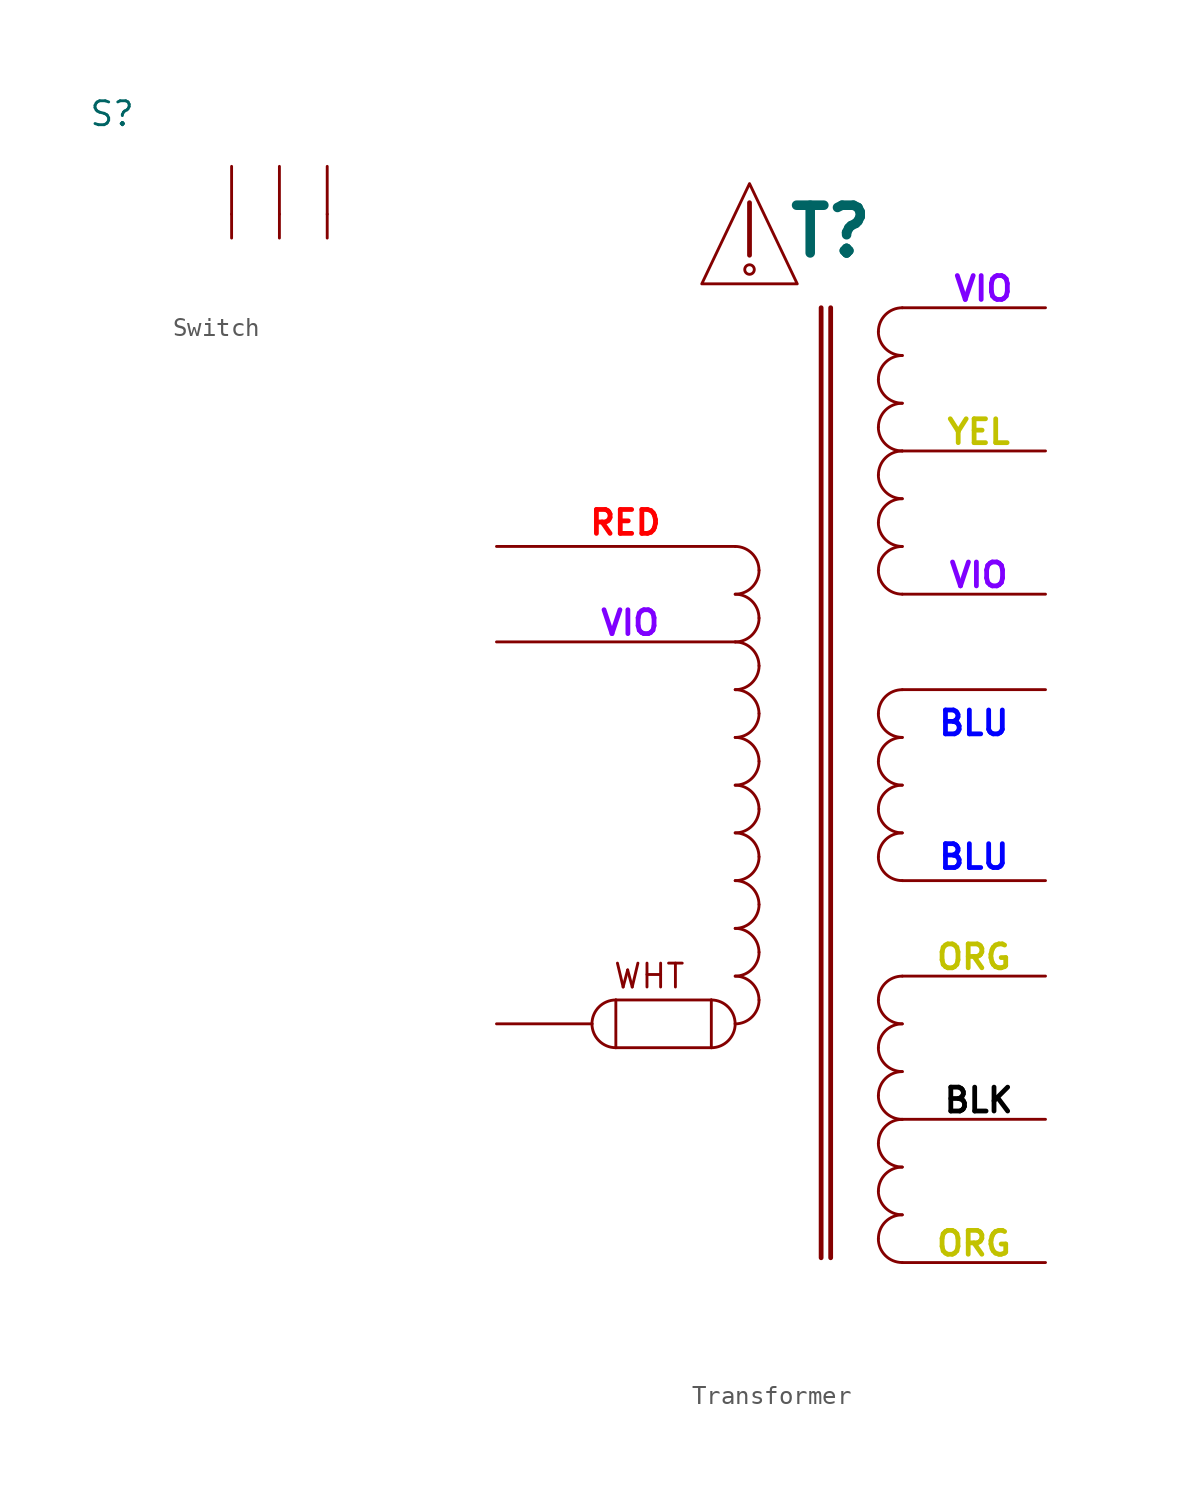
<source format=kicad_sym>
(kicad_symbol_lib
  (version 20241209)
  (generator "kicad_symbol_editor")
  (generator_version "9.0")
  (symbol "Switch"
    (property "Reference" "S"
      (at -8.89 9.144 0)
      (effects (font (size 1.27 1.27))))
    (property "Value" ""
      (at 0 0 0)
      (effects (font (size 1.27 1.27))))
    (symbol "Switch_1_1"
      (pin input line (at -2.54 6.35 270) (length 2.54) (name "" (effects (font (size 1.27 1.27)))) (number "" (effects (font (size 1.27 1.27)))))
      (pin passive line (at -2.54 2.54 90) (length 1.27) (name "" (effects (font (size 1.27 1.27)))) (number "" (effects (font (size 1.27 1.27)))))
      (pin input line (at 0 6.35 270) (length 2.54) (name "" (effects (font (size 1.27 1.27)))) (number "" (effects (font (size 1.27 1.27)))))
      (pin passive line (at 0 2.54 90) (length 1.27) (name "" (effects (font (size 1.27 1.27)))) (number "" (effects (font (size 1.27 1.27)))))
      (pin input line (at 2.54 6.35 270) (length 2.54) (name "" (effects (font (size 1.27 1.27)))) (number "" (effects (font (size 1.27 1.27)))))
      (pin passive line (at 2.54 2.54 90) (length 1.27) (name "" (effects (font (size 1.27 1.27)))) (number "" (effects (font (size 1.27 1.27)))))))
  (symbol "Transformer"
    (property "Reference" "T"
      (at 1.27 29.464 0)
      (effects (font (size 2.54 2.54) (thickness 0.508) (bold yes))))
    (property "Value" ""
      (at 0 0 0)
      (effects (font (size 1.27 1.27))))
    (symbol "Transformer_0_1"
      (polyline (pts (xy -10.16 -11.43) (xy -10.16 -13.97)) (stroke (width 0) (type default)) (fill (type none)))
      (polyline (pts (xy -10.16 -11.43) (xy -5.08 -11.43)) (stroke (width 0) (type default)) (fill (type none)))
      (arc (start -10.1601 -13.9699) (mid -11.0581 -13.5979) (end -11.4301 -12.6999) (stroke (width 0) (type default)) (fill (type none)))
      (arc (start -11.4301 -12.6999) (mid -11.0581 -11.8019) (end -10.1601 -11.4299) (stroke (width 0) (type default)) (fill (type none)))
      (arc (start -3.81 -12.7) (mid -4.182 -13.598) (end -5.08 -13.97) (stroke (width 0) (type default)) (fill (type none)))
      (arc (start -5.08 -11.43) (mid -4.182 -11.802) (end -3.81 -12.7) (stroke (width 0) (type default)) (fill (type none)))
      (polyline (pts (xy -5.08 -11.43) (xy -5.08 -13.97)) (stroke (width 0) (type default)) (fill (type none)))
      (polyline (pts (xy -5.08 -13.97) (xy -10.16 -13.97)) (stroke (width 0) (type default)) (fill (type none)))
      (arc (start -2.54 11.43) (mid -2.912 10.532) (end -3.81 10.16) (stroke (width 0) (type default)) (fill (type none)))
      (arc (start -3.81 12.7) (mid -2.912 12.328) (end -2.54 11.43) (stroke (width 0) (type default)) (fill (type none)))
      (arc (start -2.54 8.89) (mid -2.912 7.992) (end -3.81 7.62) (stroke (width 0) (type default)) (fill (type none)))
      (arc (start -3.81 10.16) (mid -2.912 9.788) (end -2.54 8.89) (stroke (width 0) (type default)) (fill (type none)))
      (arc (start -2.54 6.35) (mid -2.912 5.452) (end -3.81 5.08) (stroke (width 0) (type default)) (fill (type none)))
      (arc (start -3.81 7.62) (mid -2.912 7.248) (end -2.54 6.35) (stroke (width 0) (type default)) (fill (type none)))
      (arc (start -2.54 3.81) (mid -2.912 2.912) (end -3.81 2.54) (stroke (width 0) (type default)) (fill (type none)))
      (arc (start -3.81 5.08) (mid -2.912 4.708) (end -2.54 3.81) (stroke (width 0) (type default)) (fill (type none)))
      (arc (start -2.54 1.27) (mid -2.912 0.372) (end -3.81 0) (stroke (width 0) (type default)) (fill (type none)))
      (arc (start -3.81 2.54) (mid -2.912 2.168) (end -2.54 1.27) (stroke (width 0) (type default)) (fill (type none)))
      (arc (start -2.5399 -1.2701) (mid -2.9119 -2.1681) (end -3.8099 -2.5401) (stroke (width 0) (type default)) (fill (type none)))
      (arc (start -3.8099 -0.0001) (mid -2.9119 -0.3721) (end -2.5399 -1.2701) (stroke (width 0) (type default)) (fill (type none)))
      (arc (start -2.5399 -3.8101) (mid -2.9119 -4.7081) (end -3.8099 -5.0801) (stroke (width 0) (type default)) (fill (type none)))
      (arc (start -3.8099 -2.5401) (mid -2.9119 -2.9121) (end -2.5399 -3.8101) (stroke (width 0) (type default)) (fill (type none)))
      (arc (start -2.5399 -6.3501) (mid -2.9119 -7.2481) (end -3.8099 -7.6201) (stroke (width 0) (type default)) (fill (type none)))
      (arc (start -3.8099 -5.0801) (mid -2.9119 -5.4521) (end -2.5399 -6.3501) (stroke (width 0) (type default)) (fill (type none)))
      (arc (start -2.5399 -8.8901) (mid -2.9119 -9.7881) (end -3.8099 -10.1601) (stroke (width 0) (type default)) (fill (type none)))
      (arc (start -3.8099 -7.6201) (mid -2.9119 -7.9921) (end -2.5399 -8.8901) (stroke (width 0) (type default)) (fill (type none)))
      (arc (start -2.5399 -11.4301) (mid -2.9119 -12.3281) (end -3.8099 -12.7001) (stroke (width 0) (type default)) (fill (type none)))
      (arc (start -3.8099 -10.1601) (mid -2.9119 -10.5321) (end -2.5399 -11.4301) (stroke (width 0) (type default)) (fill (type none))))
    (symbol "Transformer_1_1"
      (polyline (pts (xy -3.048 32.004) (xy -5.588 26.67) (xy -0.508 26.67) (xy -3.048 32.004)) (stroke (width 0) (type default)) (fill (type none)))
      (polyline (pts (xy -3.048 30.988) (xy -3.048 28.194)) (stroke (width 0.254) (type solid)) (fill (type none)))
      (circle (center -3.048 27.432) (radius 0.254) (stroke (width 0) (type default)) (fill (type none)))
      (polyline (pts (xy 0.762 25.4) (xy 0.762 -25.146)) (stroke (width 0.254) (type default)) (fill (type none)))
      (polyline (pts (xy 1.27 25.4) (xy 1.27 -25.146)) (stroke (width 0.254) (type default)) (fill (type none)))
      (arc (start 3.81 24.13) (mid 4.182 25.028) (end 5.08 25.4) (stroke (width 0) (type default)) (fill (type none)))
      (arc (start 5.08 22.86) (mid 4.182 23.232) (end 3.81 24.13) (stroke (width 0) (type default)) (fill (type none)))
      (arc (start 3.81 21.59) (mid 4.182 22.488) (end 5.08 22.86) (stroke (width 0) (type default)) (fill (type none)))
      (arc (start 5.08 20.32) (mid 4.182 20.692) (end 3.81 21.59) (stroke (width 0) (type default)) (fill (type none)))
      (arc (start 3.81 19.05) (mid 4.182 19.948) (end 5.08 20.32) (stroke (width 0) (type default)) (fill (type none)))
      (arc (start 5.08 17.78) (mid 4.182 18.152) (end 3.81 19.05) (stroke (width 0) (type default)) (fill (type none)))
      (arc (start 3.81 16.51) (mid 4.182 17.408) (end 5.08 17.78) (stroke (width 0) (type default)) (fill (type none)))
      (arc (start 5.08 15.24) (mid 4.182 15.612) (end 3.81 16.51) (stroke (width 0) (type solid)) (fill (type none)))
      (arc (start 3.81 13.97) (mid 4.182 14.868) (end 5.08 15.24) (stroke (width 0) (type default)) (fill (type none)))
      (arc (start 5.08 12.7) (mid 4.182 13.072) (end 3.81 13.97) (stroke (width 0) (type default)) (fill (type none)))
      (arc (start 3.81 11.43) (mid 4.182 12.328) (end 5.08 12.7) (stroke (width 0) (type default)) (fill (type none)))
      (arc (start 5.08 10.16) (mid 4.182 10.532) (end 3.81 11.43) (stroke (width 0) (type default)) (fill (type none)))
      (arc (start 3.81 3.81) (mid 4.182 4.708) (end 5.08 5.08) (stroke (width 0) (type default)) (fill (type none)))
      (arc (start 5.08 2.54) (mid 4.182 2.912) (end 3.81 3.81) (stroke (width 0) (type default)) (fill (type none)))
      (arc (start 3.81 1.27) (mid 4.182 2.168) (end 5.08 2.54) (stroke (width 0) (type default)) (fill (type none)))
      (arc (start 5.08 0) (mid 4.182 0.372) (end 3.81 1.27) (stroke (width 0) (type default)) (fill (type none)))
      (arc (start 3.81 -1.27) (mid 4.182 -0.372) (end 5.08 0) (stroke (width 0) (type default)) (fill (type none)))
      (arc (start 5.08 -2.54) (mid 4.182 -2.168) (end 3.81 -1.27) (stroke (width 0) (type default)) (fill (type none)))
      (arc (start 3.81 -3.81) (mid 4.182 -2.912) (end 5.08 -2.54) (stroke (width 0) (type default)) (fill (type none)))
      (arc (start 5.08 -5.08) (mid 4.182 -4.708) (end 3.81 -3.81) (stroke (width 0) (type default)) (fill (type none)))
      (arc (start 3.81 -11.43) (mid 4.182 -10.532) (end 5.08 -10.16) (stroke (width 0) (type default)) (fill (type none)))
      (arc (start 5.08 -12.7) (mid 4.182 -12.328) (end 3.81 -11.43) (stroke (width 0) (type default)) (fill (type none)))
      (arc (start 3.81 -13.97) (mid 4.182 -13.072) (end 5.08 -12.7) (stroke (width 0) (type default)) (fill (type none)))
      (arc (start 5.08 -15.24) (mid 4.182 -14.868) (end 3.81 -13.97) (stroke (width 0) (type default)) (fill (type none)))
      (arc (start 3.81 -16.51) (mid 4.182 -15.612) (end 5.08 -15.24) (stroke (width 0) (type default)) (fill (type none)))
      (arc (start 5.08 -17.78) (mid 4.182 -17.408) (end 3.81 -16.51) (stroke (width 0) (type default)) (fill (type none)))
      (arc (start 3.81 -19.05) (mid 4.182 -18.152) (end 5.08 -17.78) (stroke (width 0) (type default)) (fill (type none)))
      (arc (start 5.08 -20.32) (mid 4.182 -19.948) (end 3.81 -19.05) (stroke (width 0) (type solid)) (fill (type none)))
      (arc (start 3.81 -21.59) (mid 4.182 -20.692) (end 5.08 -20.32) (stroke (width 0) (type default)) (fill (type none)))
      (arc (start 5.08 -22.86) (mid 4.182 -22.488) (end 3.81 -21.59) (stroke (width 0) (type default)) (fill (type none)))
      (arc (start 3.81 -24.13) (mid 4.182 -23.232) (end 5.08 -22.86) (stroke (width 0) (type default)) (fill (type none)))
      (arc (start 5.08 -25.4) (mid 4.182 -25.028) (end 3.81 -24.13) (stroke (width 0) (type default)) (fill (type none)))
      (text "RED\n" (at -9.652 13.97 0) (effects (font (size 1.27 1.27) (thickness 0.254) (bold yes) (color 255 0 0 1))))
      (text "VIO" (at -9.398 8.636 0) (effects (font (size 1.27 1.27) (thickness 0.254) (bold yes) (color 127 0 255 1))))
      (text "WHT" (at -8.382 -10.16 0) (effects (font (size 1.27 1.27))))
      (text "BLU\n" (at 8.89 3.302 0) (effects (font (size 1.27 1.27) (thickness 0.254) (bold yes) (color 0 0 255 1))))
      (text "BLU\n" (at 8.89 -3.81 0) (effects (font (size 1.27 1.27) (thickness 0.254) (bold yes) (color 0 0 255 1))))
      (text "ORG" (at 8.89 -9.144 0) (effects (font (size 1.27 1.27) (thickness 0.254) (bold yes) (color 194 194 0 1))))
      (text "ORG" (at 8.89 -24.384 0) (effects (font (size 1.27 1.27) (thickness 0.254) (bold yes) (color 194 194 0 1))))
      (text "YEL" (at 9.144 18.796 0) (effects (font (size 1.27 1.27) (thickness 0.254) (bold yes) (color 194 194 0 1))))
      (text "VIO" (at 9.144 11.176 0) (effects (font (size 1.27 1.27) (thickness 0.254) (bold yes) (color 127 0 255 1))))
      (text "BLK" (at 9.144 -16.764 0) (effects (font (size 1.27 1.27) (thickness 0.254) (bold yes) (color 0 0 0 1))))
      (text "VIO" (at 9.398 26.416 0) (effects (font (size 1.27 1.27) (thickness 0.254) (bold yes) (color 127 0 255 1))))
      (pin input line (at -16.51 12.7 0) (length 12.7) (name "" (effects (font (size 1.27 1.27)))) (number "" (effects (font (size 1.27 1.27)))))
      (pin input line (at -16.51 7.62 0) (length 12.7) (name "" (effects (font (size 1.27 1.27)))) (number "" (effects (font (size 1.27 1.27)))))
      (pin input line (at -16.51 -12.7 0) (length 5.08) (name "" (effects (font (size 1.27 1.27)))) (number "" (effects (font (size 1.27 1.27)))))
      (pin input line (at 12.7 25.4 180) (length 7.62) (name "" (effects (font (size 1.27 1.27)))) (number "" (effects (font (size 1.27 1.27)))))
      (pin input line (at 12.7 17.78 180) (length 7.62) (name "" (effects (font (size 1.27 1.27)))) (number "" (effects (font (size 1.27 1.27)))))
      (pin input line (at 12.7 10.16 180) (length 7.62) (name "" (effects (font (size 1.27 1.27)))) (number "" (effects (font (size 1.27 1.27)))))
      (pin input line (at 12.7 5.08 180) (length 7.62) (name "" (effects (font (size 1.27 1.27)))) (number "" (effects (font (size 1.27 1.27)))))
      (pin input line (at 12.7 -5.08 180) (length 7.62) (name "" (effects (font (size 1.27 1.27)))) (number "" (effects (font (size 1.27 1.27)))))
      (pin input line (at 12.7 -10.16 180) (length 7.62) (name "" (effects (font (size 1.27 1.27)))) (number "" (effects (font (size 1.27 1.27)))))
      (pin input line (at 12.7 -17.78 180) (length 7.62) (name "" (effects (font (size 1.27 1.27)))) (number "" (effects (font (size 1.27 1.27)))))
      (pin input line (at 12.7 -25.4 180) (length 7.62) (name "" (effects (font (size 1.27 1.27)))) (number "" (effects (font (size 1.27 1.27))))))))
</source>
